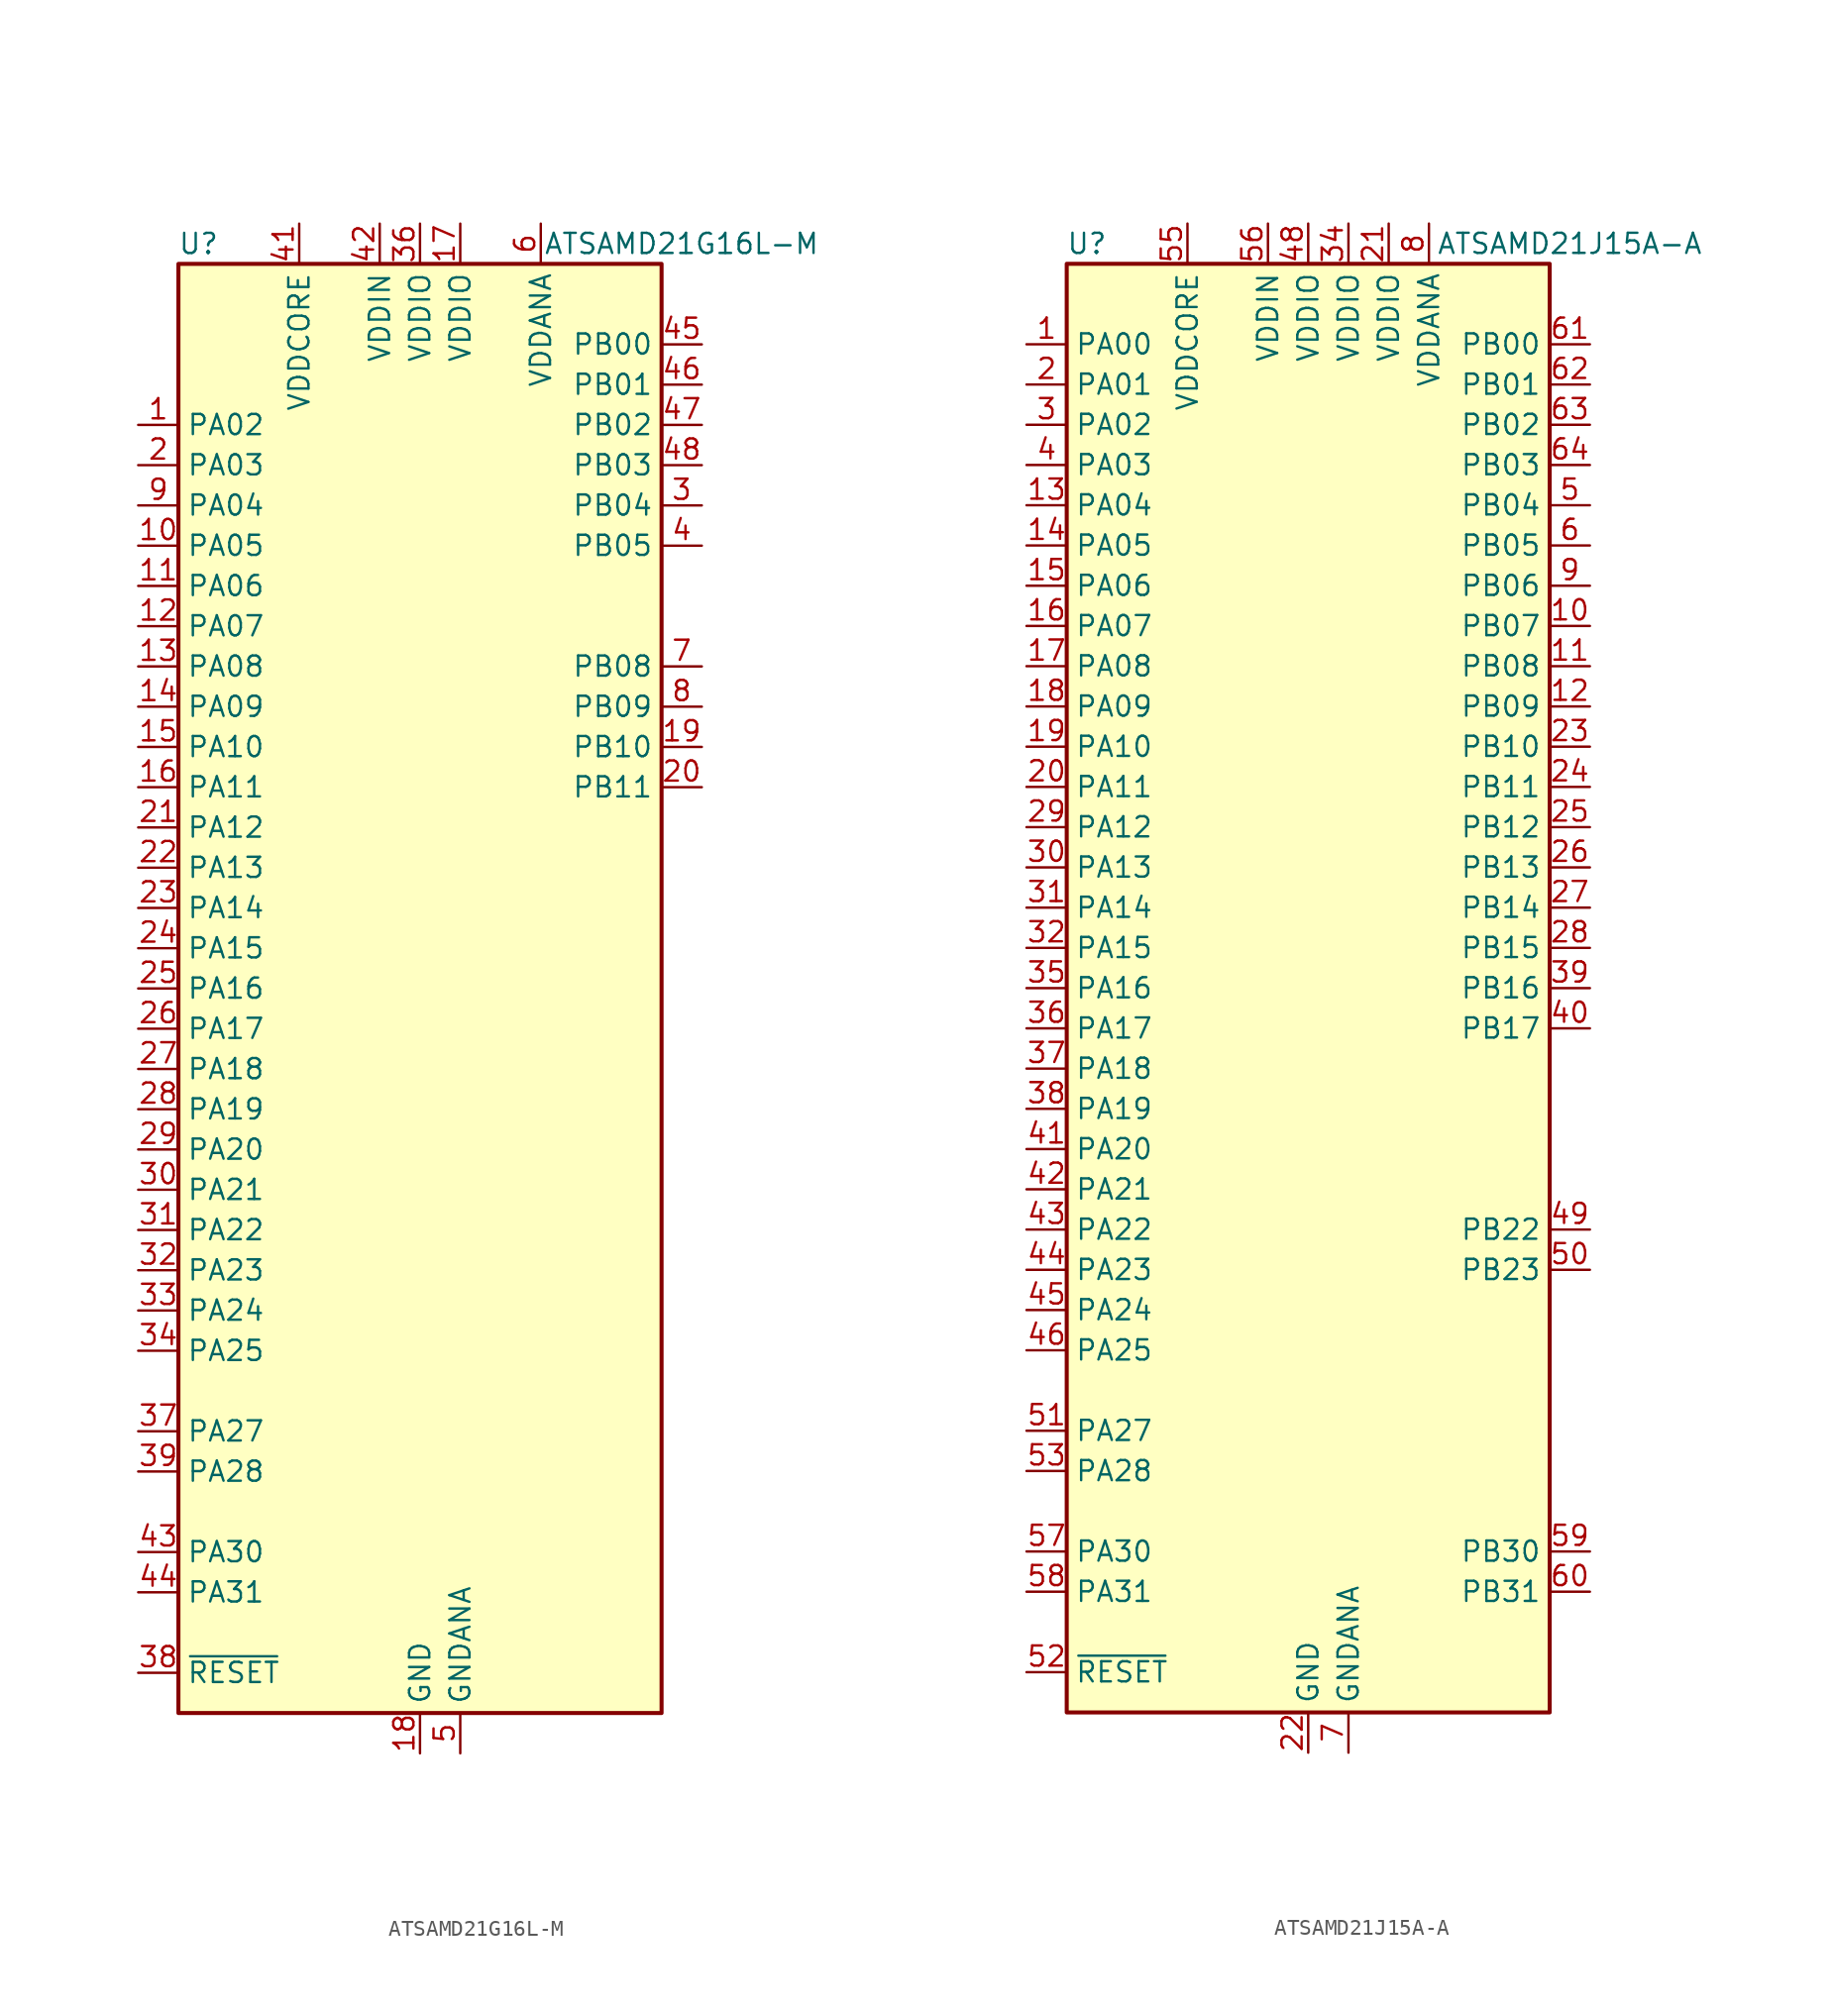
<source format=kicad_sym>
(kicad_symbol_lib
  (version 20201005)
  (generator kicad_symbol_editor)
  (symbol "ATSAMD21G16L-M"
    (property "Reference" "U"
      (at -13.97 46.99 0)
      (effects (font (size 1.27 1.27))))
    (property "Value" "ATSAMD21G16L-M"
      (at 16.51 46.99 0)
      (effects (font (size 1.27 1.27))))
    (symbol "ATSAMD21G16L-M_0_1"
      (rectangle (start -15.24 45.72) (end 15.24 -45.72) (stroke (width 0.254)) (fill (type background))))
    (symbol "ATSAMD21G16L-M_1_1"
      (pin bidirectional line (at -17.78 35.56 0) (length 2.54) (name "PA02" (effects (font (size 1.27 1.27)))) (number "1" (effects (font (size 1.27 1.27)))))
      (pin bidirectional line (at -17.78 27.94 0) (length 2.54) (name "PA05" (effects (font (size 1.27 1.27)))) (number "10" (effects (font (size 1.27 1.27)))))
      (pin bidirectional line (at -17.78 25.4 0) (length 2.54) (name "PA06" (effects (font (size 1.27 1.27)))) (number "11" (effects (font (size 1.27 1.27)))))
      (pin bidirectional line (at -17.78 22.86 0) (length 2.54) (name "PA07" (effects (font (size 1.27 1.27)))) (number "12" (effects (font (size 1.27 1.27)))))
      (pin bidirectional line (at -17.78 20.32 0) (length 2.54) (name "PA08" (effects (font (size 1.27 1.27)))) (number "13" (effects (font (size 1.27 1.27)))))
      (pin bidirectional line (at -17.78 17.78 0) (length 2.54) (name "PA09" (effects (font (size 1.27 1.27)))) (number "14" (effects (font (size 1.27 1.27)))))
      (pin bidirectional line (at -17.78 15.24 0) (length 2.54) (name "PA10" (effects (font (size 1.27 1.27)))) (number "15" (effects (font (size 1.27 1.27)))))
      (pin bidirectional line (at -17.78 12.7 0) (length 2.54) (name "PA11" (effects (font (size 1.27 1.27)))) (number "16" (effects (font (size 1.27 1.27)))))
      (pin power_in line (at 2.54 48.26 270) (length 2.54) (name "VDDIO" (effects (font (size 1.27 1.27)))) (number "17" (effects (font (size 1.27 1.27)))))
      (pin power_in line (at 0 -48.26 90) (length 2.54) (name "GND" (effects (font (size 1.27 1.27)))) (number "18" (effects (font (size 1.27 1.27)))))
      (pin bidirectional line (at 17.78 15.24 180) (length 2.54) (name "PB10" (effects (font (size 1.27 1.27)))) (number "19" (effects (font (size 1.27 1.27)))))
      (pin bidirectional line (at -17.78 33.02 0) (length 2.54) (name "PA03" (effects (font (size 1.27 1.27)))) (number "2" (effects (font (size 1.27 1.27)))))
      (pin bidirectional line (at 17.78 12.7 180) (length 2.54) (name "PB11" (effects (font (size 1.27 1.27)))) (number "20" (effects (font (size 1.27 1.27)))))
      (pin bidirectional line (at -17.78 10.16 0) (length 2.54) (name "PA12" (effects (font (size 1.27 1.27)))) (number "21" (effects (font (size 1.27 1.27)))))
      (pin bidirectional line (at -17.78 7.62 0) (length 2.54) (name "PA13" (effects (font (size 1.27 1.27)))) (number "22" (effects (font (size 1.27 1.27)))))
      (pin bidirectional line (at -17.78 5.08 0) (length 2.54) (name "PA14" (effects (font (size 1.27 1.27)))) (number "23" (effects (font (size 1.27 1.27)))))
      (pin bidirectional line (at -17.78 2.54 0) (length 2.54) (name "PA15" (effects (font (size 1.27 1.27)))) (number "24" (effects (font (size 1.27 1.27)))))
      (pin bidirectional line (at -17.78 0 0) (length 2.54) (name "PA16" (effects (font (size 1.27 1.27)))) (number "25" (effects (font (size 1.27 1.27)))))
      (pin bidirectional line (at -17.78 -2.54 0) (length 2.54) (name "PA17" (effects (font (size 1.27 1.27)))) (number "26" (effects (font (size 1.27 1.27)))))
      (pin bidirectional line (at -17.78 -5.08 0) (length 2.54) (name "PA18" (effects (font (size 1.27 1.27)))) (number "27" (effects (font (size 1.27 1.27)))))
      (pin bidirectional line (at -17.78 -7.62 0) (length 2.54) (name "PA19" (effects (font (size 1.27 1.27)))) (number "28" (effects (font (size 1.27 1.27)))))
      (pin bidirectional line (at -17.78 -10.16 0) (length 2.54) (name "PA20" (effects (font (size 1.27 1.27)))) (number "29" (effects (font (size 1.27 1.27)))))
      (pin bidirectional line (at 17.78 30.48 180) (length 2.54) (name "PB04" (effects (font (size 1.27 1.27)))) (number "3" (effects (font (size 1.27 1.27)))))
      (pin bidirectional line (at -17.78 -12.7 0) (length 2.54) (name "PA21" (effects (font (size 1.27 1.27)))) (number "30" (effects (font (size 1.27 1.27)))))
      (pin bidirectional line (at -17.78 -15.24 0) (length 2.54) (name "PA22" (effects (font (size 1.27 1.27)))) (number "31" (effects (font (size 1.27 1.27)))))
      (pin bidirectional line (at -17.78 -17.78 0) (length 2.54) (name "PA23" (effects (font (size 1.27 1.27)))) (number "32" (effects (font (size 1.27 1.27)))))
      (pin bidirectional line (at -17.78 -20.32 0) (length 2.54) (name "PA24" (effects (font (size 1.27 1.27)))) (number "33" (effects (font (size 1.27 1.27)))))
      (pin bidirectional line (at -17.78 -22.86 0) (length 2.54) (name "PA25" (effects (font (size 1.27 1.27)))) (number "34" (effects (font (size 1.27 1.27)))))
      (pin passive line (at 0 -48.26 90) (length 2.54) hide (name "GND" (effects (font (size 1.27 1.27)))) (number "35" (effects (font (size 1.27 1.27)))))
      (pin power_in line (at 0 48.26 270) (length 2.54) (name "VDDIO" (effects (font (size 1.27 1.27)))) (number "36" (effects (font (size 1.27 1.27)))))
      (pin bidirectional line (at -17.78 -27.94 0) (length 2.54) (name "PA27" (effects (font (size 1.27 1.27)))) (number "37" (effects (font (size 1.27 1.27)))))
      (pin input line (at -17.78 -43.18 0) (length 2.54) (name "~RESET" (effects (font (size 1.27 1.27)))) (number "38" (effects (font (size 1.27 1.27)))))
      (pin bidirectional line (at -17.78 -30.48 0) (length 2.54) (name "PA28" (effects (font (size 1.27 1.27)))) (number "39" (effects (font (size 1.27 1.27)))))
      (pin bidirectional line (at 17.78 27.94 180) (length 2.54) (name "PB05" (effects (font (size 1.27 1.27)))) (number "4" (effects (font (size 1.27 1.27)))))
      (pin passive line (at 0 -48.26 90) (length 2.54) hide (name "GND" (effects (font (size 1.27 1.27)))) (number "40" (effects (font (size 1.27 1.27)))))
      (pin power_out line (at -7.62 48.26 270) (length 2.54) (name "VDDCORE" (effects (font (size 1.27 1.27)))) (number "41" (effects (font (size 1.27 1.27)))))
      (pin power_in line (at -2.54 48.26 270) (length 2.54) (name "VDDIN" (effects (font (size 1.27 1.27)))) (number "42" (effects (font (size 1.27 1.27)))))
      (pin bidirectional line (at -17.78 -35.56 0) (length 2.54) (name "PA30" (effects (font (size 1.27 1.27)))) (number "43" (effects (font (size 1.27 1.27)))))
      (pin bidirectional line (at -17.78 -38.1 0) (length 2.54) (name "PA31" (effects (font (size 1.27 1.27)))) (number "44" (effects (font (size 1.27 1.27)))))
      (pin bidirectional line (at 17.78 40.64 180) (length 2.54) (name "PB00" (effects (font (size 1.27 1.27)))) (number "45" (effects (font (size 1.27 1.27)))))
      (pin bidirectional line (at 17.78 38.1 180) (length 2.54) (name "PB01" (effects (font (size 1.27 1.27)))) (number "46" (effects (font (size 1.27 1.27)))))
      (pin bidirectional line (at 17.78 35.56 180) (length 2.54) (name "PB02" (effects (font (size 1.27 1.27)))) (number "47" (effects (font (size 1.27 1.27)))))
      (pin bidirectional line (at 17.78 33.02 180) (length 2.54) (name "PB03" (effects (font (size 1.27 1.27)))) (number "48" (effects (font (size 1.27 1.27)))))
      (pin no_connect line (at 15.24 -43.18 180) (length 2.54) hide (name "EP" (effects (font (size 1.27 1.27)))) (number "49" (effects (font (size 1.27 1.27)))))
      (pin power_in line (at 2.54 -48.26 90) (length 2.54) (name "GNDANA" (effects (font (size 1.27 1.27)))) (number "5" (effects (font (size 1.27 1.27)))))
      (pin power_in line (at 7.62 48.26 270) (length 2.54) (name "VDDANA" (effects (font (size 1.27 1.27)))) (number "6" (effects (font (size 1.27 1.27)))))
      (pin bidirectional line (at 17.78 20.32 180) (length 2.54) (name "PB08" (effects (font (size 1.27 1.27)))) (number "7" (effects (font (size 1.27 1.27)))))
      (pin bidirectional line (at 17.78 17.78 180) (length 2.54) (name "PB09" (effects (font (size 1.27 1.27)))) (number "8" (effects (font (size 1.27 1.27)))))
      (pin bidirectional line (at -17.78 30.48 0) (length 2.54) (name "PA04" (effects (font (size 1.27 1.27)))) (number "9" (effects (font (size 1.27 1.27)))))))
  (symbol "ATSAMD21J15A-A"
    (property "Reference" "U"
      (at -13.97 46.99 0)
      (effects (font (size 1.27 1.27))))
    (property "Value" "ATSAMD21J15A-A"
      (at 16.51 46.99 0)
      (effects (font (size 1.27 1.27))))
    (symbol "ATSAMD21J15A-A_0_1"
      (rectangle (start -15.24 45.72) (end 15.24 -45.72) (stroke (width 0.254)) (fill (type background))))
    (symbol "ATSAMD21J15A-A_1_1"
      (pin bidirectional line (at -17.78 40.64 0) (length 2.54) (name "PA00" (effects (font (size 1.27 1.27)))) (number "1" (effects (font (size 1.27 1.27)))))
      (pin bidirectional line (at 17.78 22.86 180) (length 2.54) (name "PB07" (effects (font (size 1.27 1.27)))) (number "10" (effects (font (size 1.27 1.27)))))
      (pin bidirectional line (at 17.78 20.32 180) (length 2.54) (name "PB08" (effects (font (size 1.27 1.27)))) (number "11" (effects (font (size 1.27 1.27)))))
      (pin bidirectional line (at 17.78 17.78 180) (length 2.54) (name "PB09" (effects (font (size 1.27 1.27)))) (number "12" (effects (font (size 1.27 1.27)))))
      (pin bidirectional line (at -17.78 30.48 0) (length 2.54) (name "PA04" (effects (font (size 1.27 1.27)))) (number "13" (effects (font (size 1.27 1.27)))))
      (pin bidirectional line (at -17.78 27.94 0) (length 2.54) (name "PA05" (effects (font (size 1.27 1.27)))) (number "14" (effects (font (size 1.27 1.27)))))
      (pin bidirectional line (at -17.78 25.4 0) (length 2.54) (name "PA06" (effects (font (size 1.27 1.27)))) (number "15" (effects (font (size 1.27 1.27)))))
      (pin bidirectional line (at -17.78 22.86 0) (length 2.54) (name "PA07" (effects (font (size 1.27 1.27)))) (number "16" (effects (font (size 1.27 1.27)))))
      (pin bidirectional line (at -17.78 20.32 0) (length 2.54) (name "PA08" (effects (font (size 1.27 1.27)))) (number "17" (effects (font (size 1.27 1.27)))))
      (pin bidirectional line (at -17.78 17.78 0) (length 2.54) (name "PA09" (effects (font (size 1.27 1.27)))) (number "18" (effects (font (size 1.27 1.27)))))
      (pin bidirectional line (at -17.78 15.24 0) (length 2.54) (name "PA10" (effects (font (size 1.27 1.27)))) (number "19" (effects (font (size 1.27 1.27)))))
      (pin bidirectional line (at -17.78 38.1 0) (length 2.54) (name "PA01" (effects (font (size 1.27 1.27)))) (number "2" (effects (font (size 1.27 1.27)))))
      (pin bidirectional line (at -17.78 12.7 0) (length 2.54) (name "PA11" (effects (font (size 1.27 1.27)))) (number "20" (effects (font (size 1.27 1.27)))))
      (pin power_in line (at 5.08 48.26 270) (length 2.54) (name "VDDIO" (effects (font (size 1.27 1.27)))) (number "21" (effects (font (size 1.27 1.27)))))
      (pin power_in line (at 0 -48.26 90) (length 2.54) (name "GND" (effects (font (size 1.27 1.27)))) (number "22" (effects (font (size 1.27 1.27)))))
      (pin bidirectional line (at 17.78 15.24 180) (length 2.54) (name "PB10" (effects (font (size 1.27 1.27)))) (number "23" (effects (font (size 1.27 1.27)))))
      (pin bidirectional line (at 17.78 12.7 180) (length 2.54) (name "PB11" (effects (font (size 1.27 1.27)))) (number "24" (effects (font (size 1.27 1.27)))))
      (pin bidirectional line (at 17.78 10.16 180) (length 2.54) (name "PB12" (effects (font (size 1.27 1.27)))) (number "25" (effects (font (size 1.27 1.27)))))
      (pin bidirectional line (at 17.78 7.62 180) (length 2.54) (name "PB13" (effects (font (size 1.27 1.27)))) (number "26" (effects (font (size 1.27 1.27)))))
      (pin bidirectional line (at 17.78 5.08 180) (length 2.54) (name "PB14" (effects (font (size 1.27 1.27)))) (number "27" (effects (font (size 1.27 1.27)))))
      (pin bidirectional line (at 17.78 2.54 180) (length 2.54) (name "PB15" (effects (font (size 1.27 1.27)))) (number "28" (effects (font (size 1.27 1.27)))))
      (pin bidirectional line (at -17.78 10.16 0) (length 2.54) (name "PA12" (effects (font (size 1.27 1.27)))) (number "29" (effects (font (size 1.27 1.27)))))
      (pin bidirectional line (at -17.78 35.56 0) (length 2.54) (name "PA02" (effects (font (size 1.27 1.27)))) (number "3" (effects (font (size 1.27 1.27)))))
      (pin bidirectional line (at -17.78 7.62 0) (length 2.54) (name "PA13" (effects (font (size 1.27 1.27)))) (number "30" (effects (font (size 1.27 1.27)))))
      (pin bidirectional line (at -17.78 5.08 0) (length 2.54) (name "PA14" (effects (font (size 1.27 1.27)))) (number "31" (effects (font (size 1.27 1.27)))))
      (pin bidirectional line (at -17.78 2.54 0) (length 2.54) (name "PA15" (effects (font (size 1.27 1.27)))) (number "32" (effects (font (size 1.27 1.27)))))
      (pin passive line (at 0 -48.26 90) (length 2.54) hide (name "GND" (effects (font (size 1.27 1.27)))) (number "33" (effects (font (size 1.27 1.27)))))
      (pin power_in line (at 2.54 48.26 270) (length 2.54) (name "VDDIO" (effects (font (size 1.27 1.27)))) (number "34" (effects (font (size 1.27 1.27)))))
      (pin bidirectional line (at -17.78 0 0) (length 2.54) (name "PA16" (effects (font (size 1.27 1.27)))) (number "35" (effects (font (size 1.27 1.27)))))
      (pin bidirectional line (at -17.78 -2.54 0) (length 2.54) (name "PA17" (effects (font (size 1.27 1.27)))) (number "36" (effects (font (size 1.27 1.27)))))
      (pin bidirectional line (at -17.78 -5.08 0) (length 2.54) (name "PA18" (effects (font (size 1.27 1.27)))) (number "37" (effects (font (size 1.27 1.27)))))
      (pin bidirectional line (at -17.78 -7.62 0) (length 2.54) (name "PA19" (effects (font (size 1.27 1.27)))) (number "38" (effects (font (size 1.27 1.27)))))
      (pin bidirectional line (at 17.78 0 180) (length 2.54) (name "PB16" (effects (font (size 1.27 1.27)))) (number "39" (effects (font (size 1.27 1.27)))))
      (pin bidirectional line (at -17.78 33.02 0) (length 2.54) (name "PA03" (effects (font (size 1.27 1.27)))) (number "4" (effects (font (size 1.27 1.27)))))
      (pin bidirectional line (at 17.78 -2.54 180) (length 2.54) (name "PB17" (effects (font (size 1.27 1.27)))) (number "40" (effects (font (size 1.27 1.27)))))
      (pin bidirectional line (at -17.78 -10.16 0) (length 2.54) (name "PA20" (effects (font (size 1.27 1.27)))) (number "41" (effects (font (size 1.27 1.27)))))
      (pin bidirectional line (at -17.78 -12.7 0) (length 2.54) (name "PA21" (effects (font (size 1.27 1.27)))) (number "42" (effects (font (size 1.27 1.27)))))
      (pin bidirectional line (at -17.78 -15.24 0) (length 2.54) (name "PA22" (effects (font (size 1.27 1.27)))) (number "43" (effects (font (size 1.27 1.27)))))
      (pin bidirectional line (at -17.78 -17.78 0) (length 2.54) (name "PA23" (effects (font (size 1.27 1.27)))) (number "44" (effects (font (size 1.27 1.27)))))
      (pin bidirectional line (at -17.78 -20.32 0) (length 2.54) (name "PA24" (effects (font (size 1.27 1.27)))) (number "45" (effects (font (size 1.27 1.27)))))
      (pin bidirectional line (at -17.78 -22.86 0) (length 2.54) (name "PA25" (effects (font (size 1.27 1.27)))) (number "46" (effects (font (size 1.27 1.27)))))
      (pin passive line (at 0 -48.26 90) (length 2.54) hide (name "GND" (effects (font (size 1.27 1.27)))) (number "47" (effects (font (size 1.27 1.27)))))
      (pin power_in line (at 0 48.26 270) (length 2.54) (name "VDDIO" (effects (font (size 1.27 1.27)))) (number "48" (effects (font (size 1.27 1.27)))))
      (pin bidirectional line (at 17.78 -15.24 180) (length 2.54) (name "PB22" (effects (font (size 1.27 1.27)))) (number "49" (effects (font (size 1.27 1.27)))))
      (pin bidirectional line (at 17.78 30.48 180) (length 2.54) (name "PB04" (effects (font (size 1.27 1.27)))) (number "5" (effects (font (size 1.27 1.27)))))
      (pin bidirectional line (at 17.78 -17.78 180) (length 2.54) (name "PB23" (effects (font (size 1.27 1.27)))) (number "50" (effects (font (size 1.27 1.27)))))
      (pin bidirectional line (at -17.78 -27.94 0) (length 2.54) (name "PA27" (effects (font (size 1.27 1.27)))) (number "51" (effects (font (size 1.27 1.27)))))
      (pin input line (at -17.78 -43.18 0) (length 2.54) (name "~RESET" (effects (font (size 1.27 1.27)))) (number "52" (effects (font (size 1.27 1.27)))))
      (pin bidirectional line (at -17.78 -30.48 0) (length 2.54) (name "PA28" (effects (font (size 1.27 1.27)))) (number "53" (effects (font (size 1.27 1.27)))))
      (pin passive line (at 0 -48.26 90) (length 2.54) hide (name "GND" (effects (font (size 1.27 1.27)))) (number "54" (effects (font (size 1.27 1.27)))))
      (pin power_out line (at -7.62 48.26 270) (length 2.54) (name "VDDCORE" (effects (font (size 1.27 1.27)))) (number "55" (effects (font (size 1.27 1.27)))))
      (pin power_in line (at -2.54 48.26 270) (length 2.54) (name "VDDIN" (effects (font (size 1.27 1.27)))) (number "56" (effects (font (size 1.27 1.27)))))
      (pin bidirectional line (at -17.78 -35.56 0) (length 2.54) (name "PA30" (effects (font (size 1.27 1.27)))) (number "57" (effects (font (size 1.27 1.27)))))
      (pin bidirectional line (at -17.78 -38.1 0) (length 2.54) (name "PA31" (effects (font (size 1.27 1.27)))) (number "58" (effects (font (size 1.27 1.27)))))
      (pin bidirectional line (at 17.78 -35.56 180) (length 2.54) (name "PB30" (effects (font (size 1.27 1.27)))) (number "59" (effects (font (size 1.27 1.27)))))
      (pin bidirectional line (at 17.78 27.94 180) (length 2.54) (name "PB05" (effects (font (size 1.27 1.27)))) (number "6" (effects (font (size 1.27 1.27)))))
      (pin bidirectional line (at 17.78 -38.1 180) (length 2.54) (name "PB31" (effects (font (size 1.27 1.27)))) (number "60" (effects (font (size 1.27 1.27)))))
      (pin bidirectional line (at 17.78 40.64 180) (length 2.54) (name "PB00" (effects (font (size 1.27 1.27)))) (number "61" (effects (font (size 1.27 1.27)))))
      (pin bidirectional line (at 17.78 38.1 180) (length 2.54) (name "PB01" (effects (font (size 1.27 1.27)))) (number "62" (effects (font (size 1.27 1.27)))))
      (pin bidirectional line (at 17.78 35.56 180) (length 2.54) (name "PB02" (effects (font (size 1.27 1.27)))) (number "63" (effects (font (size 1.27 1.27)))))
      (pin bidirectional line (at 17.78 33.02 180) (length 2.54) (name "PB03" (effects (font (size 1.27 1.27)))) (number "64" (effects (font (size 1.27 1.27)))))
      (pin power_in line (at 2.54 -48.26 90) (length 2.54) (name "GNDANA" (effects (font (size 1.27 1.27)))) (number "7" (effects (font (size 1.27 1.27)))))
      (pin power_in line (at 7.62 48.26 270) (length 2.54) (name "VDDANA" (effects (font (size 1.27 1.27)))) (number "8" (effects (font (size 1.27 1.27)))))
      (pin bidirectional line (at 17.78 25.4 180) (length 2.54) (name "PB06" (effects (font (size 1.27 1.27)))) (number "9" (effects (font (size 1.27 1.27))))))))
</source>
